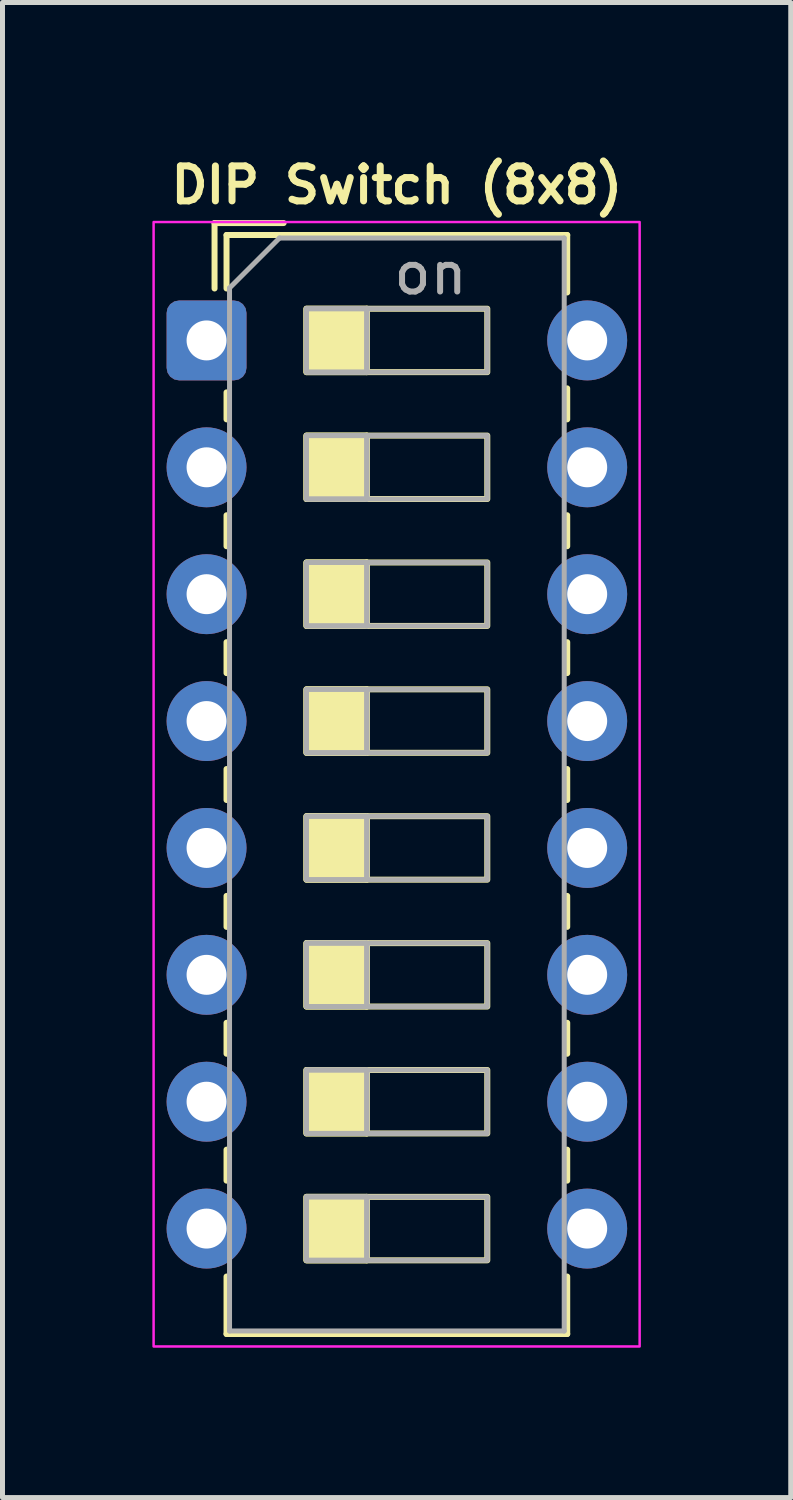
<source format=kicad_pcb>
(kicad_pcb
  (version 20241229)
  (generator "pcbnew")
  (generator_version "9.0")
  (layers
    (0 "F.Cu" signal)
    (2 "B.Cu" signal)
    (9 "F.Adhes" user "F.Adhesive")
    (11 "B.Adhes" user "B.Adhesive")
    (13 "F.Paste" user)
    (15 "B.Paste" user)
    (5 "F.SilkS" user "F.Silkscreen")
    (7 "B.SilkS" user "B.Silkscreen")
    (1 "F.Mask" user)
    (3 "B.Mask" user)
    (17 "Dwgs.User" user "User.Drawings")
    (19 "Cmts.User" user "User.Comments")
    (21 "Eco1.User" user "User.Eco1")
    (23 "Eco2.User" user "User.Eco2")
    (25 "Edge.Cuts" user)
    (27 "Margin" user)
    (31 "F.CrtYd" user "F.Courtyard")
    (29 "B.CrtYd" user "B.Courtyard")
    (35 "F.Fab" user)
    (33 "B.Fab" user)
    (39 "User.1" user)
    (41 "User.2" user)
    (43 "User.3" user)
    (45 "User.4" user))
  (footprint "DIP Switch (8x8)"
    (layer "F.Cu")
    (at 1.085 3.765)
    (property "Reference" "DIP Switch (8x8)" (at 3.81 -3.11 0) (layer "F.SilkS") (effects (font (size 0.7 0.7) (thickness 0.14) (bold yes))))
    (attr through_hole)
    (fp_line (start 0.16 -2.35) (end 0.16 -1.04) (stroke (width 0.12) (type solid)) (layer "F.SilkS"))
    (fp_line (start 0.16 -2.35) (end 1.543 -2.35) (stroke (width 0.12) (type solid)) (layer "F.SilkS"))
    (fp_line (start 0.4 -2.11) (end 0.4 -1.04) (stroke (width 0.12) (type solid)) (layer "F.SilkS"))
    (fp_line (start 0.4 -2.11) (end 7.22 -2.11) (stroke (width 0.12) (type solid)) (layer "F.SilkS"))
    (fp_line (start 0.4 1.04) (end 0.4 1.58) (stroke (width 0.12) (type solid)) (layer "F.SilkS"))
    (fp_line (start 0.4 3.5) (end 0.4 4.12) (stroke (width 0.12) (type solid)) (layer "F.SilkS"))
    (fp_line (start 0.4 6.04) (end 0.4 6.66) (stroke (width 0.12) (type solid)) (layer "F.SilkS"))
    (fp_line (start 0.4 8.58) (end 0.4 9.2) (stroke (width 0.12) (type solid)) (layer "F.SilkS"))
    (fp_line (start 0.4 11.12) (end 0.4 11.74) (stroke (width 0.12) (type solid)) (layer "F.SilkS"))
    (fp_line (start 0.4 13.66) (end 0.4 14.28) (stroke (width 0.12) (type solid)) (layer "F.SilkS"))
    (fp_line (start 0.4 16.2) (end 0.4 16.82) (stroke (width 0.12) (type solid)) (layer "F.SilkS"))
    (fp_line (start 0.4 18.74) (end 0.4 19.89) (stroke (width 0.12) (type solid)) (layer "F.SilkS"))
    (fp_line (start 0.4 19.89) (end 7.22 19.89) (stroke (width 0.12) (type solid)) (layer "F.SilkS"))
    (fp_line (start 3.207 -0.635) (end 3.207 0.635) (stroke (width 0.12) (type solid)) (layer "F.SilkS"))
    (fp_line (start 3.207 1.905) (end 3.207 3.175) (stroke (width 0.12) (type solid)) (layer "F.SilkS"))
    (fp_line (start 3.207 4.445) (end 3.207 5.715) (stroke (width 0.12) (type solid)) (layer "F.SilkS"))
    (fp_line (start 3.207 6.985) (end 3.207 8.255) (stroke (width 0.12) (type solid)) (layer "F.SilkS"))
    (fp_line (start 3.207 9.525) (end 3.207 10.795) (stroke (width 0.12) (type solid)) (layer "F.SilkS"))
    (fp_line (start 3.207 12.065) (end 3.207 13.335) (stroke (width 0.12) (type solid)) (layer "F.SilkS"))
    (fp_line (start 3.207 14.605) (end 3.207 15.875) (stroke (width 0.12) (type solid)) (layer "F.SilkS"))
    (fp_line (start 3.207 17.145) (end 3.207 18.415) (stroke (width 0.12) (type solid)) (layer "F.SilkS"))
    (fp_line (start 7.22 -2.11) (end 7.22 -0.96) (stroke (width 0.12) (type solid)) (layer "F.SilkS"))
    (fp_line (start 7.22 0.96) (end 7.22 1.58) (stroke (width 0.12) (type solid)) (layer "F.SilkS"))
    (fp_line (start 7.22 3.5) (end 7.22 4.12) (stroke (width 0.12) (type solid)) (layer "F.SilkS"))
    (fp_line (start 7.22 6.04) (end 7.22 6.66) (stroke (width 0.12) (type solid)) (layer "F.SilkS"))
    (fp_line (start 7.22 8.58) (end 7.22 9.2) (stroke (width 0.12) (type solid)) (layer "F.SilkS"))
    (fp_line (start 7.22 11.12) (end 7.22 11.74) (stroke (width 0.12) (type solid)) (layer "F.SilkS"))
    (fp_line (start 7.22 13.66) (end 7.22 14.28) (stroke (width 0.12) (type solid)) (layer "F.SilkS"))
    (fp_line (start 7.22 16.2) (end 7.22 16.82) (stroke (width 0.12) (type solid)) (layer "F.SilkS"))
    (fp_line (start 7.22 18.74) (end 7.22 19.89) (stroke (width 0.12) (type solid)) (layer "F.SilkS"))
    (fp_rect (start 2 -0.635) (end 3.207 0.635) (stroke (width 0.12) (type solid)) (fill yes) (layer "F.SilkS"))
    (fp_rect (start 2 -0.635) (end 5.62 0.635) (stroke (width 0.12) (type solid)) (fill no) (layer "F.SilkS"))
    (fp_rect (start 2 1.905) (end 3.207 3.175) (stroke (width 0.12) (type solid)) (fill yes) (layer "F.SilkS"))
    (fp_rect (start 2 1.905) (end 5.62 3.175) (stroke (width 0.12) (type solid)) (fill no) (layer "F.SilkS"))
    (fp_rect (start 2 4.445) (end 3.207 5.715) (stroke (width 0.12) (type solid)) (fill yes) (layer "F.SilkS"))
    (fp_rect (start 2 4.445) (end 5.62 5.715) (stroke (width 0.12) (type solid)) (fill no) (layer "F.SilkS"))
    (fp_rect (start 2 6.985) (end 3.207 8.255) (stroke (width 0.12) (type solid)) (fill yes) (layer "F.SilkS"))
    (fp_rect (start 2 6.985) (end 5.62 8.255) (stroke (width 0.12) (type solid)) (fill no) (layer "F.SilkS"))
    (fp_rect (start 2 9.525) (end 3.207 10.795) (stroke (width 0.12) (type solid)) (fill yes) (layer "F.SilkS"))
    (fp_rect (start 2 9.525) (end 5.62 10.795) (stroke (width 0.12) (type solid)) (fill no) (layer "F.SilkS"))
    (fp_rect (start 2 12.065) (end 3.207 13.335) (stroke (width 0.12) (type solid)) (fill yes) (layer "F.SilkS"))
    (fp_rect (start 2 12.065) (end 5.62 13.335) (stroke (width 0.12) (type solid)) (fill no) (layer "F.SilkS"))
    (fp_rect (start 2 14.605) (end 3.207 15.875) (stroke (width 0.12) (type solid)) (fill yes) (layer "F.SilkS"))
    (fp_rect (start 2 14.605) (end 5.62 15.875) (stroke (width 0.12) (type solid)) (fill no) (layer "F.SilkS"))
    (fp_rect (start 2 17.145) (end 3.207 18.415) (stroke (width 0.12) (type solid)) (fill yes) (layer "F.SilkS"))
    (fp_rect (start 2 17.145) (end 5.62 18.415) (stroke (width 0.12) (type solid)) (fill no) (layer "F.SilkS"))
    (fp_rect (start -1.06 -2.37) (end 8.67 20.14) (stroke (width 0.05) (type solid)) (fill no) (layer "F.CrtYd"))
    (fp_line (start 0.46 -1.05) (end 1.46 -2.05) (stroke (width 0.1) (type solid)) (layer "F.Fab"))
    (fp_line (start 0.46 19.83) (end 0.46 -1.05) (stroke (width 0.1) (type solid)) (layer "F.Fab"))
    (fp_line (start 1.46 -2.05) (end 7.16 -2.05) (stroke (width 0.1) (type solid)) (layer "F.Fab"))
    (fp_line (start 3.207 -0.635) (end 3.207 0.635) (stroke (width 0.1) (type solid)) (layer "F.Fab"))
    (fp_line (start 3.207 1.905) (end 3.207 3.175) (stroke (width 0.1) (type solid)) (layer "F.Fab"))
    (fp_line (start 3.207 4.445) (end 3.207 5.715) (stroke (width 0.1) (type solid)) (layer "F.Fab"))
    (fp_line (start 3.207 6.985) (end 3.207 8.255) (stroke (width 0.1) (type solid)) (layer "F.Fab"))
    (fp_line (start 3.207 9.525) (end 3.207 10.795) (stroke (width 0.1) (type solid)) (layer "F.Fab"))
    (fp_line (start 3.207 12.065) (end 3.207 13.335) (stroke (width 0.1) (type solid)) (layer "F.Fab"))
    (fp_line (start 3.207 14.605) (end 3.207 15.875) (stroke (width 0.1) (type solid)) (layer "F.Fab"))
    (fp_line (start 3.207 17.145) (end 3.207 18.415) (stroke (width 0.1) (type solid)) (layer "F.Fab"))
    (fp_line (start 7.16 -2.05) (end 7.16 19.83) (stroke (width 0.1) (type solid)) (layer "F.Fab"))
    (fp_line (start 7.16 19.83) (end 0.46 19.83) (stroke (width 0.1) (type solid)) (layer "F.Fab"))
    (fp_rect (start 2 -0.635) (end 3.207 0.635) (stroke (width 0.1) (type solid)) (fill no) (layer "F.Fab"))
    (fp_rect (start 2 -0.635) (end 5.62 0.635) (stroke (width 0.1) (type solid)) (fill no) (layer "F.Fab"))
    (fp_rect (start 2 1.905) (end 3.207 3.175) (stroke (width 0.1) (type solid)) (fill no) (layer "F.Fab"))
    (fp_rect (start 2 1.905) (end 5.62 3.175) (stroke (width 0.1) (type solid)) (fill no) (layer "F.Fab"))
    (fp_rect (start 2 4.445) (end 3.207 5.715) (stroke (width 0.1) (type solid)) (fill no) (layer "F.Fab"))
    (fp_rect (start 2 4.445) (end 5.62 5.715) (stroke (width 0.1) (type solid)) (fill no) (layer "F.Fab"))
    (fp_rect (start 2 6.985) (end 3.207 8.255) (stroke (width 0.1) (type solid)) (fill no) (layer "F.Fab"))
    (fp_rect (start 2 6.985) (end 5.62 8.255) (stroke (width 0.1) (type solid)) (fill no) (layer "F.Fab"))
    (fp_rect (start 2 9.525) (end 3.207 10.795) (stroke (width 0.1) (type solid)) (fill no) (layer "F.Fab"))
    (fp_rect (start 2 9.525) (end 5.62 10.795) (stroke (width 0.1) (type solid)) (fill no) (layer "F.Fab"))
    (fp_rect (start 2 12.065) (end 3.207 13.335) (stroke (width 0.1) (type solid)) (fill no) (layer "F.Fab"))
    (fp_rect (start 2 12.065) (end 5.62 13.335) (stroke (width 0.1) (type solid)) (fill no) (layer "F.Fab"))
    (fp_rect (start 2 14.605) (end 3.207 15.875) (stroke (width 0.1) (type solid)) (fill no) (layer "F.Fab"))
    (fp_rect (start 2 14.605) (end 5.62 15.875) (stroke (width 0.1) (type solid)) (fill no) (layer "F.Fab"))
    (fp_rect (start 2 17.145) (end 3.207 18.415) (stroke (width 0.1) (type solid)) (fill no) (layer "F.Fab"))
    (fp_rect (start 2 17.145) (end 5.62 18.415) (stroke (width 0.1) (type solid)) (fill no) (layer "F.Fab"))
    (fp_text user "on" (at 4.485 -1.343 0) (layer "F.Fab") (effects (font (size 0.8 0.8) (thickness 0.12))))
    (pad "1" thru_hole roundrect (at 0 0) (size 1.6 1.6) (drill 0.8) (layers "*.Cu" "*.Mask") (roundrect_rratio 0.156))
    (pad "2" thru_hole circle (at 7.62 0) (size 1.6 1.6) (drill 0.8) (layers "*.Cu" "*.Mask"))
    (pad "3" thru_hole circle (at 0 2.54) (size 1.6 1.6) (drill 0.8) (layers "*.Cu" "*.Mask"))
    (pad "4" thru_hole circle (at 7.62 2.54) (size 1.6 1.6) (drill 0.8) (layers "*.Cu" "*.Mask"))
    (pad "5" thru_hole circle (at 0 5.08) (size 1.6 1.6) (drill 0.8) (layers "*.Cu" "*.Mask"))
    (pad "6" thru_hole circle (at 7.62 5.08) (size 1.6 1.6) (drill 0.8) (layers "*.Cu" "*.Mask"))
    (pad "7" thru_hole circle (at 0 7.62) (size 1.6 1.6) (drill 0.8) (layers "*.Cu" "*.Mask"))
    (pad "8" thru_hole circle (at 7.62 7.62) (size 1.6 1.6) (drill 0.8) (layers "*.Cu" "*.Mask"))
    (pad "9" thru_hole circle (at 0 10.16) (size 1.6 1.6) (drill 0.8) (layers "*.Cu" "*.Mask"))
    (pad "10" thru_hole circle (at 7.62 10.16) (size 1.6 1.6) (drill 0.8) (layers "*.Cu" "*.Mask"))
    (pad "11" thru_hole circle (at 0 12.7) (size 1.6 1.6) (drill 0.8) (layers "*.Cu" "*.Mask"))
    (pad "12" thru_hole circle (at 7.62 12.7) (size 1.6 1.6) (drill 0.8) (layers "*.Cu" "*.Mask"))
    (pad "13" thru_hole circle (at 0 15.24) (size 1.6 1.6) (drill 0.8) (layers "*.Cu" "*.Mask"))
    (pad "14" thru_hole circle (at 7.62 15.24) (size 1.6 1.6) (drill 0.8) (layers "*.Cu" "*.Mask"))
    (pad "15" thru_hole circle (at 0 17.78) (size 1.6 1.6) (drill 0.8) (layers "*.Cu" "*.Mask"))
    (pad "16" thru_hole circle (at 7.62 17.78) (size 1.6 1.6) (drill 0.8) (layers "*.Cu" "*.Mask")))
  (gr_rect
    (start -3 -3)
    (end 12.78 26.93)
    (stroke (width 0.1) (type default))
    (fill no)
    (layer "Edge.Cuts")))
</source>
